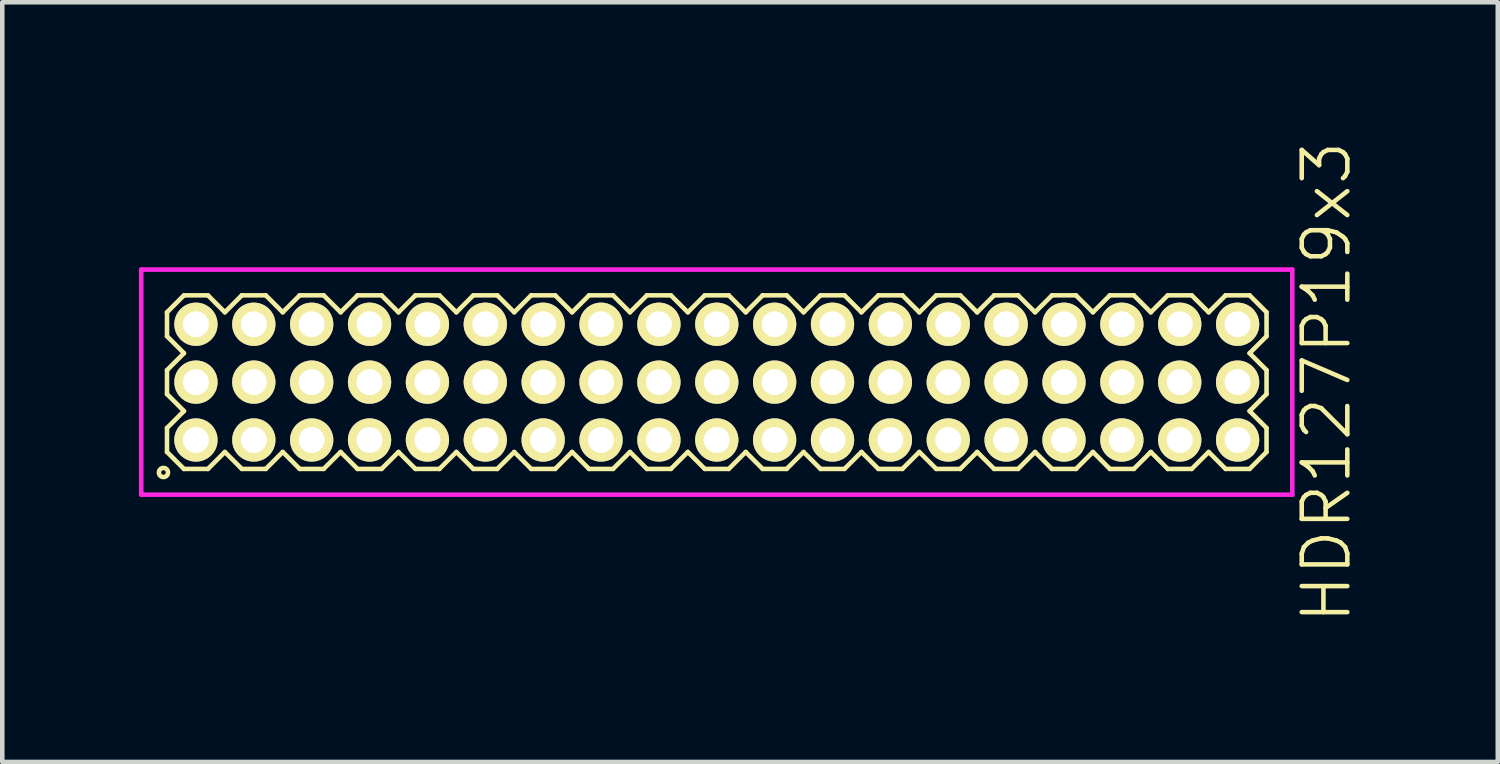
<source format=kicad_pcb>
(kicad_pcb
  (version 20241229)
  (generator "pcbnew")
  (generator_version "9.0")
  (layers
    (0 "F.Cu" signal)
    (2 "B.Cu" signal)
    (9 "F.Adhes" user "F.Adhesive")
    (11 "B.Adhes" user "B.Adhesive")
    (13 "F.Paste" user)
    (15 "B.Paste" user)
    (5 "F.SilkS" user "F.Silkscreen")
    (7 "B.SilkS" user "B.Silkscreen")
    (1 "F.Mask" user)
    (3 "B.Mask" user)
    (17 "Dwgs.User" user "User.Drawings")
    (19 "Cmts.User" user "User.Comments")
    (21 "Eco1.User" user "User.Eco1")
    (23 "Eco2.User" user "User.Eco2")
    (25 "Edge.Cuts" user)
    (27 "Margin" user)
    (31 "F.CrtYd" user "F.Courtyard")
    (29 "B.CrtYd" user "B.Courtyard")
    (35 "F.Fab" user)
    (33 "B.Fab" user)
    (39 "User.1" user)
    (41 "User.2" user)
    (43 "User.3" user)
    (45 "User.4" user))
  (footprint "HDR127P19x3"
    (layer "F.Cu")
    (at 12.68 5.336)
    (property "Reference" "HDR127P19x3" (at 13.38 0 90) (layer "F.SilkS") (effects (font (size 1 1) (thickness 0.1))))
    (attr through_hole)
    (fp_line (start -12.065 -1.533) (end -11.693 -1.905) (stroke (width 0.1) (type solid)) (layer "F.SilkS"))
    (fp_line (start -12.065 -1.007) (end -12.065 -1.533) (stroke (width 0.1) (type solid)) (layer "F.SilkS"))
    (fp_line (start -12.065 -0.263) (end -11.693 -0.635) (stroke (width 0.1) (type solid)) (layer "F.SilkS"))
    (fp_line (start -12.065 0.263) (end -12.065 -0.263) (stroke (width 0.1) (type solid)) (layer "F.SilkS"))
    (fp_line (start -12.065 1.007) (end -11.693 0.635) (stroke (width 0.1) (type solid)) (layer "F.SilkS"))
    (fp_line (start -12.065 1.533) (end -12.065 1.007) (stroke (width 0.1) (type solid)) (layer "F.SilkS"))
    (fp_line (start -11.693 -1.905) (end -11.167 -1.905) (stroke (width 0.1) (type solid)) (layer "F.SilkS"))
    (fp_line (start -11.693 -0.635) (end -12.065 -1.007) (stroke (width 0.1) (type solid)) (layer "F.SilkS"))
    (fp_line (start -11.693 0.635) (end -12.065 0.263) (stroke (width 0.1) (type solid)) (layer "F.SilkS"))
    (fp_line (start -11.693 1.905) (end -12.065 1.533) (stroke (width 0.1) (type solid)) (layer "F.SilkS"))
    (fp_line (start -11.167 -1.905) (end -10.795 -1.533) (stroke (width 0.1) (type solid)) (layer "F.SilkS"))
    (fp_line (start -11.167 1.905) (end -11.693 1.905) (stroke (width 0.1) (type solid)) (layer "F.SilkS"))
    (fp_line (start -10.795 -1.533) (end -10.423 -1.905) (stroke (width 0.1) (type solid)) (layer "F.SilkS"))
    (fp_line (start -10.795 1.533) (end -11.167 1.905) (stroke (width 0.1) (type solid)) (layer "F.SilkS"))
    (fp_line (start -10.423 -1.905) (end -9.897 -1.905) (stroke (width 0.1) (type solid)) (layer "F.SilkS"))
    (fp_line (start -10.423 1.905) (end -10.795 1.533) (stroke (width 0.1) (type solid)) (layer "F.SilkS"))
    (fp_line (start -9.897 -1.905) (end -9.525 -1.533) (stroke (width 0.1) (type solid)) (layer "F.SilkS"))
    (fp_line (start -9.897 1.905) (end -10.423 1.905) (stroke (width 0.1) (type solid)) (layer "F.SilkS"))
    (fp_line (start -9.525 -1.533) (end -9.153 -1.905) (stroke (width 0.1) (type solid)) (layer "F.SilkS"))
    (fp_line (start -9.525 1.533) (end -9.897 1.905) (stroke (width 0.1) (type solid)) (layer "F.SilkS"))
    (fp_line (start -9.153 -1.905) (end -8.627 -1.905) (stroke (width 0.1) (type solid)) (layer "F.SilkS"))
    (fp_line (start -9.153 1.905) (end -9.525 1.533) (stroke (width 0.1) (type solid)) (layer "F.SilkS"))
    (fp_line (start -8.627 -1.905) (end -8.255 -1.533) (stroke (width 0.1) (type solid)) (layer "F.SilkS"))
    (fp_line (start -8.627 1.905) (end -9.153 1.905) (stroke (width 0.1) (type solid)) (layer "F.SilkS"))
    (fp_line (start -8.255 -1.533) (end -7.883 -1.905) (stroke (width 0.1) (type solid)) (layer "F.SilkS"))
    (fp_line (start -8.255 1.533) (end -8.627 1.905) (stroke (width 0.1) (type solid)) (layer "F.SilkS"))
    (fp_line (start -7.883 -1.905) (end -7.357 -1.905) (stroke (width 0.1) (type solid)) (layer "F.SilkS"))
    (fp_line (start -7.883 1.905) (end -8.255 1.533) (stroke (width 0.1) (type solid)) (layer "F.SilkS"))
    (fp_line (start -7.357 -1.905) (end -6.985 -1.533) (stroke (width 0.1) (type solid)) (layer "F.SilkS"))
    (fp_line (start -7.357 1.905) (end -7.883 1.905) (stroke (width 0.1) (type solid)) (layer "F.SilkS"))
    (fp_line (start -6.985 -1.533) (end -6.613 -1.905) (stroke (width 0.1) (type solid)) (layer "F.SilkS"))
    (fp_line (start -6.985 1.533) (end -7.357 1.905) (stroke (width 0.1) (type solid)) (layer "F.SilkS"))
    (fp_line (start -6.613 -1.905) (end -6.087 -1.905) (stroke (width 0.1) (type solid)) (layer "F.SilkS"))
    (fp_line (start -6.613 1.905) (end -6.985 1.533) (stroke (width 0.1) (type solid)) (layer "F.SilkS"))
    (fp_line (start -6.087 -1.905) (end -5.715 -1.533) (stroke (width 0.1) (type solid)) (layer "F.SilkS"))
    (fp_line (start -6.087 1.905) (end -6.613 1.905) (stroke (width 0.1) (type solid)) (layer "F.SilkS"))
    (fp_line (start -5.715 -1.533) (end -5.343 -1.905) (stroke (width 0.1) (type solid)) (layer "F.SilkS"))
    (fp_line (start -5.715 1.533) (end -6.087 1.905) (stroke (width 0.1) (type solid)) (layer "F.SilkS"))
    (fp_line (start -5.343 -1.905) (end -4.817 -1.905) (stroke (width 0.1) (type solid)) (layer "F.SilkS"))
    (fp_line (start -5.343 1.905) (end -5.715 1.533) (stroke (width 0.1) (type solid)) (layer "F.SilkS"))
    (fp_line (start -4.817 -1.905) (end -4.445 -1.533) (stroke (width 0.1) (type solid)) (layer "F.SilkS"))
    (fp_line (start -4.817 1.905) (end -5.343 1.905) (stroke (width 0.1) (type solid)) (layer "F.SilkS"))
    (fp_line (start -4.445 -1.533) (end -4.073 -1.905) (stroke (width 0.1) (type solid)) (layer "F.SilkS"))
    (fp_line (start -4.445 1.533) (end -4.817 1.905) (stroke (width 0.1) (type solid)) (layer "F.SilkS"))
    (fp_line (start -4.073 -1.905) (end -3.547 -1.905) (stroke (width 0.1) (type solid)) (layer "F.SilkS"))
    (fp_line (start -4.073 1.905) (end -4.445 1.533) (stroke (width 0.1) (type solid)) (layer "F.SilkS"))
    (fp_line (start -3.547 -1.905) (end -3.175 -1.533) (stroke (width 0.1) (type solid)) (layer "F.SilkS"))
    (fp_line (start -3.547 1.905) (end -4.073 1.905) (stroke (width 0.1) (type solid)) (layer "F.SilkS"))
    (fp_line (start -3.175 -1.533) (end -2.803 -1.905) (stroke (width 0.1) (type solid)) (layer "F.SilkS"))
    (fp_line (start -3.175 1.533) (end -3.547 1.905) (stroke (width 0.1) (type solid)) (layer "F.SilkS"))
    (fp_line (start -2.803 -1.905) (end -2.277 -1.905) (stroke (width 0.1) (type solid)) (layer "F.SilkS"))
    (fp_line (start -2.803 1.905) (end -3.175 1.533) (stroke (width 0.1) (type solid)) (layer "F.SilkS"))
    (fp_line (start -2.277 -1.905) (end -1.905 -1.533) (stroke (width 0.1) (type solid)) (layer "F.SilkS"))
    (fp_line (start -2.277 1.905) (end -2.803 1.905) (stroke (width 0.1) (type solid)) (layer "F.SilkS"))
    (fp_line (start -1.905 -1.533) (end -1.533 -1.905) (stroke (width 0.1) (type solid)) (layer "F.SilkS"))
    (fp_line (start -1.905 1.533) (end -2.277 1.905) (stroke (width 0.1) (type solid)) (layer "F.SilkS"))
    (fp_line (start -1.533 -1.905) (end -1.007 -1.905) (stroke (width 0.1) (type solid)) (layer "F.SilkS"))
    (fp_line (start -1.533 1.905) (end -1.905 1.533) (stroke (width 0.1) (type solid)) (layer "F.SilkS"))
    (fp_line (start -1.007 -1.905) (end -0.635 -1.533) (stroke (width 0.1) (type solid)) (layer "F.SilkS"))
    (fp_line (start -1.007 1.905) (end -1.533 1.905) (stroke (width 0.1) (type solid)) (layer "F.SilkS"))
    (fp_line (start -0.635 -1.533) (end -0.263 -1.905) (stroke (width 0.1) (type solid)) (layer "F.SilkS"))
    (fp_line (start -0.635 1.533) (end -1.007 1.905) (stroke (width 0.1) (type solid)) (layer "F.SilkS"))
    (fp_line (start -0.263 -1.905) (end 0.263 -1.905) (stroke (width 0.1) (type solid)) (layer "F.SilkS"))
    (fp_line (start -0.263 1.905) (end -0.635 1.533) (stroke (width 0.1) (type solid)) (layer "F.SilkS"))
    (fp_line (start 0.263 -1.905) (end 0.635 -1.533) (stroke (width 0.1) (type solid)) (layer "F.SilkS"))
    (fp_line (start 0.263 1.905) (end -0.263 1.905) (stroke (width 0.1) (type solid)) (layer "F.SilkS"))
    (fp_line (start 0.635 -1.533) (end 1.007 -1.905) (stroke (width 0.1) (type solid)) (layer "F.SilkS"))
    (fp_line (start 0.635 1.533) (end 0.263 1.905) (stroke (width 0.1) (type solid)) (layer "F.SilkS"))
    (fp_line (start 1.007 -1.905) (end 1.533 -1.905) (stroke (width 0.1) (type solid)) (layer "F.SilkS"))
    (fp_line (start 1.007 1.905) (end 0.635 1.533) (stroke (width 0.1) (type solid)) (layer "F.SilkS"))
    (fp_line (start 1.533 -1.905) (end 1.905 -1.533) (stroke (width 0.1) (type solid)) (layer "F.SilkS"))
    (fp_line (start 1.533 1.905) (end 1.007 1.905) (stroke (width 0.1) (type solid)) (layer "F.SilkS"))
    (fp_line (start 1.905 -1.533) (end 2.277 -1.905) (stroke (width 0.1) (type solid)) (layer "F.SilkS"))
    (fp_line (start 1.905 1.533) (end 1.533 1.905) (stroke (width 0.1) (type solid)) (layer "F.SilkS"))
    (fp_line (start 2.277 -1.905) (end 2.803 -1.905) (stroke (width 0.1) (type solid)) (layer "F.SilkS"))
    (fp_line (start 2.277 1.905) (end 1.905 1.533) (stroke (width 0.1) (type solid)) (layer "F.SilkS"))
    (fp_line (start 2.803 -1.905) (end 3.175 -1.533) (stroke (width 0.1) (type solid)) (layer "F.SilkS"))
    (fp_line (start 2.803 1.905) (end 2.277 1.905) (stroke (width 0.1) (type solid)) (layer "F.SilkS"))
    (fp_line (start 3.175 -1.533) (end 3.547 -1.905) (stroke (width 0.1) (type solid)) (layer "F.SilkS"))
    (fp_line (start 3.175 1.533) (end 2.803 1.905) (stroke (width 0.1) (type solid)) (layer "F.SilkS"))
    (fp_line (start 3.547 -1.905) (end 4.073 -1.905) (stroke (width 0.1) (type solid)) (layer "F.SilkS"))
    (fp_line (start 3.547 1.905) (end 3.175 1.533) (stroke (width 0.1) (type solid)) (layer "F.SilkS"))
    (fp_line (start 4.073 -1.905) (end 4.445 -1.533) (stroke (width 0.1) (type solid)) (layer "F.SilkS"))
    (fp_line (start 4.073 1.905) (end 3.547 1.905) (stroke (width 0.1) (type solid)) (layer "F.SilkS"))
    (fp_line (start 4.445 -1.533) (end 4.817 -1.905) (stroke (width 0.1) (type solid)) (layer "F.SilkS"))
    (fp_line (start 4.445 1.533) (end 4.073 1.905) (stroke (width 0.1) (type solid)) (layer "F.SilkS"))
    (fp_line (start 4.817 -1.905) (end 5.343 -1.905) (stroke (width 0.1) (type solid)) (layer "F.SilkS"))
    (fp_line (start 4.817 1.905) (end 4.445 1.533) (stroke (width 0.1) (type solid)) (layer "F.SilkS"))
    (fp_line (start 5.343 -1.905) (end 5.715 -1.533) (stroke (width 0.1) (type solid)) (layer "F.SilkS"))
    (fp_line (start 5.343 1.905) (end 4.817 1.905) (stroke (width 0.1) (type solid)) (layer "F.SilkS"))
    (fp_line (start 5.715 -1.533) (end 6.087 -1.905) (stroke (width 0.1) (type solid)) (layer "F.SilkS"))
    (fp_line (start 5.715 1.533) (end 5.343 1.905) (stroke (width 0.1) (type solid)) (layer "F.SilkS"))
    (fp_line (start 6.087 -1.905) (end 6.613 -1.905) (stroke (width 0.1) (type solid)) (layer "F.SilkS"))
    (fp_line (start 6.087 1.905) (end 5.715 1.533) (stroke (width 0.1) (type solid)) (layer "F.SilkS"))
    (fp_line (start 6.613 -1.905) (end 6.985 -1.533) (stroke (width 0.1) (type solid)) (layer "F.SilkS"))
    (fp_line (start 6.613 1.905) (end 6.087 1.905) (stroke (width 0.1) (type solid)) (layer "F.SilkS"))
    (fp_line (start 6.985 -1.533) (end 7.357 -1.905) (stroke (width 0.1) (type solid)) (layer "F.SilkS"))
    (fp_line (start 6.985 1.533) (end 6.613 1.905) (stroke (width 0.1) (type solid)) (layer "F.SilkS"))
    (fp_line (start 7.357 -1.905) (end 7.883 -1.905) (stroke (width 0.1) (type solid)) (layer "F.SilkS"))
    (fp_line (start 7.357 1.905) (end 6.985 1.533) (stroke (width 0.1) (type solid)) (layer "F.SilkS"))
    (fp_line (start 7.883 -1.905) (end 8.255 -1.533) (stroke (width 0.1) (type solid)) (layer "F.SilkS"))
    (fp_line (start 7.883 1.905) (end 7.357 1.905) (stroke (width 0.1) (type solid)) (layer "F.SilkS"))
    (fp_line (start 8.255 -1.533) (end 8.627 -1.905) (stroke (width 0.1) (type solid)) (layer "F.SilkS"))
    (fp_line (start 8.255 1.533) (end 7.883 1.905) (stroke (width 0.1) (type solid)) (layer "F.SilkS"))
    (fp_line (start 8.627 -1.905) (end 9.153 -1.905) (stroke (width 0.1) (type solid)) (layer "F.SilkS"))
    (fp_line (start 8.627 1.905) (end 8.255 1.533) (stroke (width 0.1) (type solid)) (layer "F.SilkS"))
    (fp_line (start 9.153 -1.905) (end 9.525 -1.533) (stroke (width 0.1) (type solid)) (layer "F.SilkS"))
    (fp_line (start 9.153 1.905) (end 8.627 1.905) (stroke (width 0.1) (type solid)) (layer "F.SilkS"))
    (fp_line (start 9.525 -1.533) (end 9.897 -1.905) (stroke (width 0.1) (type solid)) (layer "F.SilkS"))
    (fp_line (start 9.525 1.533) (end 9.153 1.905) (stroke (width 0.1) (type solid)) (layer "F.SilkS"))
    (fp_line (start 9.897 -1.905) (end 10.423 -1.905) (stroke (width 0.1) (type solid)) (layer "F.SilkS"))
    (fp_line (start 9.897 1.905) (end 9.525 1.533) (stroke (width 0.1) (type solid)) (layer "F.SilkS"))
    (fp_line (start 10.423 -1.905) (end 10.795 -1.533) (stroke (width 0.1) (type solid)) (layer "F.SilkS"))
    (fp_line (start 10.423 1.905) (end 9.897 1.905) (stroke (width 0.1) (type solid)) (layer "F.SilkS"))
    (fp_line (start 10.795 -1.533) (end 11.167 -1.905) (stroke (width 0.1) (type solid)) (layer "F.SilkS"))
    (fp_line (start 10.795 1.533) (end 10.423 1.905) (stroke (width 0.1) (type solid)) (layer "F.SilkS"))
    (fp_line (start 11.167 -1.905) (end 11.693 -1.905) (stroke (width 0.1) (type solid)) (layer "F.SilkS"))
    (fp_line (start 11.167 1.905) (end 10.795 1.533) (stroke (width 0.1) (type solid)) (layer "F.SilkS"))
    (fp_line (start 11.693 -1.905) (end 12.065 -1.533) (stroke (width 0.1) (type solid)) (layer "F.SilkS"))
    (fp_line (start 11.693 -0.635) (end 12.065 -0.263) (stroke (width 0.1) (type solid)) (layer "F.SilkS"))
    (fp_line (start 11.693 0.635) (end 12.065 1.007) (stroke (width 0.1) (type solid)) (layer "F.SilkS"))
    (fp_line (start 11.693 1.905) (end 11.167 1.905) (stroke (width 0.1) (type solid)) (layer "F.SilkS"))
    (fp_line (start 12.065 -1.533) (end 12.065 -1.007) (stroke (width 0.1) (type solid)) (layer "F.SilkS"))
    (fp_line (start 12.065 -1.007) (end 11.693 -0.635) (stroke (width 0.1) (type solid)) (layer "F.SilkS"))
    (fp_line (start 12.065 -0.263) (end 12.065 0.263) (stroke (width 0.1) (type solid)) (layer "F.SilkS"))
    (fp_line (start 12.065 0.263) (end 11.693 0.635) (stroke (width 0.1) (type solid)) (layer "F.SilkS"))
    (fp_line (start 12.065 1.007) (end 12.065 1.533) (stroke (width 0.1) (type solid)) (layer "F.SilkS"))
    (fp_line (start 12.065 1.533) (end 11.693 1.905) (stroke (width 0.1) (type solid)) (layer "F.SilkS"))
    (fp_circle (center -12.143 1.983) (end -12.043 1.983) (stroke (width 0.1) (type solid)) (fill no) (layer "F.SilkS"))
    (fp_line (start -12.63 -2.47) (end -12.63 2.47) (stroke (width 0.1) (type solid)) (layer "F.CrtYd"))
    (fp_line (start -12.63 2.47) (end 12.63 2.47) (stroke (width 0.1) (type solid)) (layer "F.CrtYd"))
    (fp_line (start 12.63 -2.47) (end -12.63 -2.47) (stroke (width 0.1) (type solid)) (layer "F.CrtYd"))
    (fp_line (start 12.63 2.47) (end 12.63 -2.47) (stroke (width 0.1) (type solid)) (layer "F.CrtYd"))
    (pad "1" thru_hole oval (at -11.43 1.27) (size 0.95 0.95) (drill 0.57) (layers "*.Cu" "*.Mask" "F.SilkS"))
    (pad "2" thru_hole oval (at -11.43 0) (size 0.95 0.95) (drill 0.57) (layers "*.Cu" "*.Mask" "F.SilkS"))
    (pad "3" thru_hole oval (at -11.43 -1.27) (size 0.95 0.95) (drill 0.57) (layers "*.Cu" "*.Mask" "F.SilkS"))
    (pad "4" thru_hole oval (at -10.16 1.27) (size 0.95 0.95) (drill 0.57) (layers "*.Cu" "*.Mask" "F.SilkS"))
    (pad "5" thru_hole oval (at -10.16 0) (size 0.95 0.95) (drill 0.57) (layers "*.Cu" "*.Mask" "F.SilkS"))
    (pad "6" thru_hole oval (at -10.16 -1.27) (size 0.95 0.95) (drill 0.57) (layers "*.Cu" "*.Mask" "F.SilkS"))
    (pad "7" thru_hole oval (at -8.89 1.27) (size 0.95 0.95) (drill 0.57) (layers "*.Cu" "*.Mask" "F.SilkS"))
    (pad "8" thru_hole oval (at -8.89 0) (size 0.95 0.95) (drill 0.57) (layers "*.Cu" "*.Mask" "F.SilkS"))
    (pad "9" thru_hole oval (at -8.89 -1.27) (size 0.95 0.95) (drill 0.57) (layers "*.Cu" "*.Mask" "F.SilkS"))
    (pad "10" thru_hole oval (at -7.62 1.27) (size 0.95 0.95) (drill 0.57) (layers "*.Cu" "*.Mask" "F.SilkS"))
    (pad "11" thru_hole oval (at -7.62 0) (size 0.95 0.95) (drill 0.57) (layers "*.Cu" "*.Mask" "F.SilkS"))
    (pad "12" thru_hole oval (at -7.62 -1.27) (size 0.95 0.95) (drill 0.57) (layers "*.Cu" "*.Mask" "F.SilkS"))
    (pad "13" thru_hole oval (at -6.35 1.27) (size 0.95 0.95) (drill 0.57) (layers "*.Cu" "*.Mask" "F.SilkS"))
    (pad "14" thru_hole oval (at -6.35 0) (size 0.95 0.95) (drill 0.57) (layers "*.Cu" "*.Mask" "F.SilkS"))
    (pad "15" thru_hole oval (at -6.35 -1.27) (size 0.95 0.95) (drill 0.57) (layers "*.Cu" "*.Mask" "F.SilkS"))
    (pad "16" thru_hole oval (at -5.08 1.27) (size 0.95 0.95) (drill 0.57) (layers "*.Cu" "*.Mask" "F.SilkS"))
    (pad "17" thru_hole oval (at -5.08 0) (size 0.95 0.95) (drill 0.57) (layers "*.Cu" "*.Mask" "F.SilkS"))
    (pad "18" thru_hole oval (at -5.08 -1.27) (size 0.95 0.95) (drill 0.57) (layers "*.Cu" "*.Mask" "F.SilkS"))
    (pad "19" thru_hole oval (at -3.81 1.27) (size 0.95 0.95) (drill 0.57) (layers "*.Cu" "*.Mask" "F.SilkS"))
    (pad "20" thru_hole oval (at -3.81 0) (size 0.95 0.95) (drill 0.57) (layers "*.Cu" "*.Mask" "F.SilkS"))
    (pad "21" thru_hole oval (at -3.81 -1.27) (size 0.95 0.95) (drill 0.57) (layers "*.Cu" "*.Mask" "F.SilkS"))
    (pad "22" thru_hole oval (at -2.54 1.27) (size 0.95 0.95) (drill 0.57) (layers "*.Cu" "*.Mask" "F.SilkS"))
    (pad "23" thru_hole oval (at -2.54 0) (size 0.95 0.95) (drill 0.57) (layers "*.Cu" "*.Mask" "F.SilkS"))
    (pad "24" thru_hole oval (at -2.54 -1.27) (size 0.95 0.95) (drill 0.57) (layers "*.Cu" "*.Mask" "F.SilkS"))
    (pad "25" thru_hole oval (at -1.27 1.27) (size 0.95 0.95) (drill 0.57) (layers "*.Cu" "*.Mask" "F.SilkS"))
    (pad "26" thru_hole oval (at -1.27 0) (size 0.95 0.95) (drill 0.57) (layers "*.Cu" "*.Mask" "F.SilkS"))
    (pad "27" thru_hole oval (at -1.27 -1.27) (size 0.95 0.95) (drill 0.57) (layers "*.Cu" "*.Mask" "F.SilkS"))
    (pad "28" thru_hole oval (at 0 1.27) (size 0.95 0.95) (drill 0.57) (layers "*.Cu" "*.Mask" "F.SilkS"))
    (pad "29" thru_hole oval (at 0 0) (size 0.95 0.95) (drill 0.57) (layers "*.Cu" "*.Mask" "F.SilkS"))
    (pad "30" thru_hole oval (at 0 -1.27) (size 0.95 0.95) (drill 0.57) (layers "*.Cu" "*.Mask" "F.SilkS"))
    (pad "31" thru_hole oval (at 1.27 1.27) (size 0.95 0.95) (drill 0.57) (layers "*.Cu" "*.Mask" "F.SilkS"))
    (pad "32" thru_hole oval (at 1.27 0) (size 0.95 0.95) (drill 0.57) (layers "*.Cu" "*.Mask" "F.SilkS"))
    (pad "33" thru_hole oval (at 1.27 -1.27) (size 0.95 0.95) (drill 0.57) (layers "*.Cu" "*.Mask" "F.SilkS"))
    (pad "34" thru_hole oval (at 2.54 1.27) (size 0.95 0.95) (drill 0.57) (layers "*.Cu" "*.Mask" "F.SilkS"))
    (pad "35" thru_hole oval (at 2.54 0) (size 0.95 0.95) (drill 0.57) (layers "*.Cu" "*.Mask" "F.SilkS"))
    (pad "36" thru_hole oval (at 2.54 -1.27) (size 0.95 0.95) (drill 0.57) (layers "*.Cu" "*.Mask" "F.SilkS"))
    (pad "37" thru_hole oval (at 3.81 1.27) (size 0.95 0.95) (drill 0.57) (layers "*.Cu" "*.Mask" "F.SilkS"))
    (pad "38" thru_hole oval (at 3.81 0) (size 0.95 0.95) (drill 0.57) (layers "*.Cu" "*.Mask" "F.SilkS"))
    (pad "39" thru_hole oval (at 3.81 -1.27) (size 0.95 0.95) (drill 0.57) (layers "*.Cu" "*.Mask" "F.SilkS"))
    (pad "40" thru_hole oval (at 5.08 1.27) (size 0.95 0.95) (drill 0.57) (layers "*.Cu" "*.Mask" "F.SilkS"))
    (pad "41" thru_hole oval (at 5.08 0) (size 0.95 0.95) (drill 0.57) (layers "*.Cu" "*.Mask" "F.SilkS"))
    (pad "42" thru_hole oval (at 5.08 -1.27) (size 0.95 0.95) (drill 0.57) (layers "*.Cu" "*.Mask" "F.SilkS"))
    (pad "43" thru_hole oval (at 6.35 1.27) (size 0.95 0.95) (drill 0.57) (layers "*.Cu" "*.Mask" "F.SilkS"))
    (pad "44" thru_hole oval (at 6.35 0) (size 0.95 0.95) (drill 0.57) (layers "*.Cu" "*.Mask" "F.SilkS"))
    (pad "45" thru_hole oval (at 6.35 -1.27) (size 0.95 0.95) (drill 0.57) (layers "*.Cu" "*.Mask" "F.SilkS"))
    (pad "46" thru_hole oval (at 7.62 1.27) (size 0.95 0.95) (drill 0.57) (layers "*.Cu" "*.Mask" "F.SilkS"))
    (pad "47" thru_hole oval (at 7.62 0) (size 0.95 0.95) (drill 0.57) (layers "*.Cu" "*.Mask" "F.SilkS"))
    (pad "48" thru_hole oval (at 7.62 -1.27) (size 0.95 0.95) (drill 0.57) (layers "*.Cu" "*.Mask" "F.SilkS"))
    (pad "49" thru_hole oval (at 8.89 1.27) (size 0.95 0.95) (drill 0.57) (layers "*.Cu" "*.Mask" "F.SilkS"))
    (pad "50" thru_hole oval (at 8.89 0) (size 0.95 0.95) (drill 0.57) (layers "*.Cu" "*.Mask" "F.SilkS"))
    (pad "51" thru_hole oval (at 8.89 -1.27) (size 0.95 0.95) (drill 0.57) (layers "*.Cu" "*.Mask" "F.SilkS"))
    (pad "52" thru_hole oval (at 10.16 1.27) (size 0.95 0.95) (drill 0.57) (layers "*.Cu" "*.Mask" "F.SilkS"))
    (pad "53" thru_hole oval (at 10.16 0) (size 0.95 0.95) (drill 0.57) (layers "*.Cu" "*.Mask" "F.SilkS"))
    (pad "54" thru_hole oval (at 10.16 -1.27) (size 0.95 0.95) (drill 0.57) (layers "*.Cu" "*.Mask" "F.SilkS"))
    (pad "55" thru_hole oval (at 11.43 1.27) (size 0.95 0.95) (drill 0.57) (layers "*.Cu" "*.Mask" "F.SilkS"))
    (pad "56" thru_hole oval (at 11.43 0) (size 0.95 0.95) (drill 0.57) (layers "*.Cu" "*.Mask" "F.SilkS"))
    (pad "57" thru_hole oval (at 11.43 -1.27) (size 0.95 0.95) (drill 0.57) (layers "*.Cu" "*.Mask" "F.SilkS")))
  (gr_rect
    (start -3 -3)
    (end 29.82 13.671)
    (stroke (width 0.1) (type default))
    (fill no)
    (layer "Edge.Cuts")))
</source>
